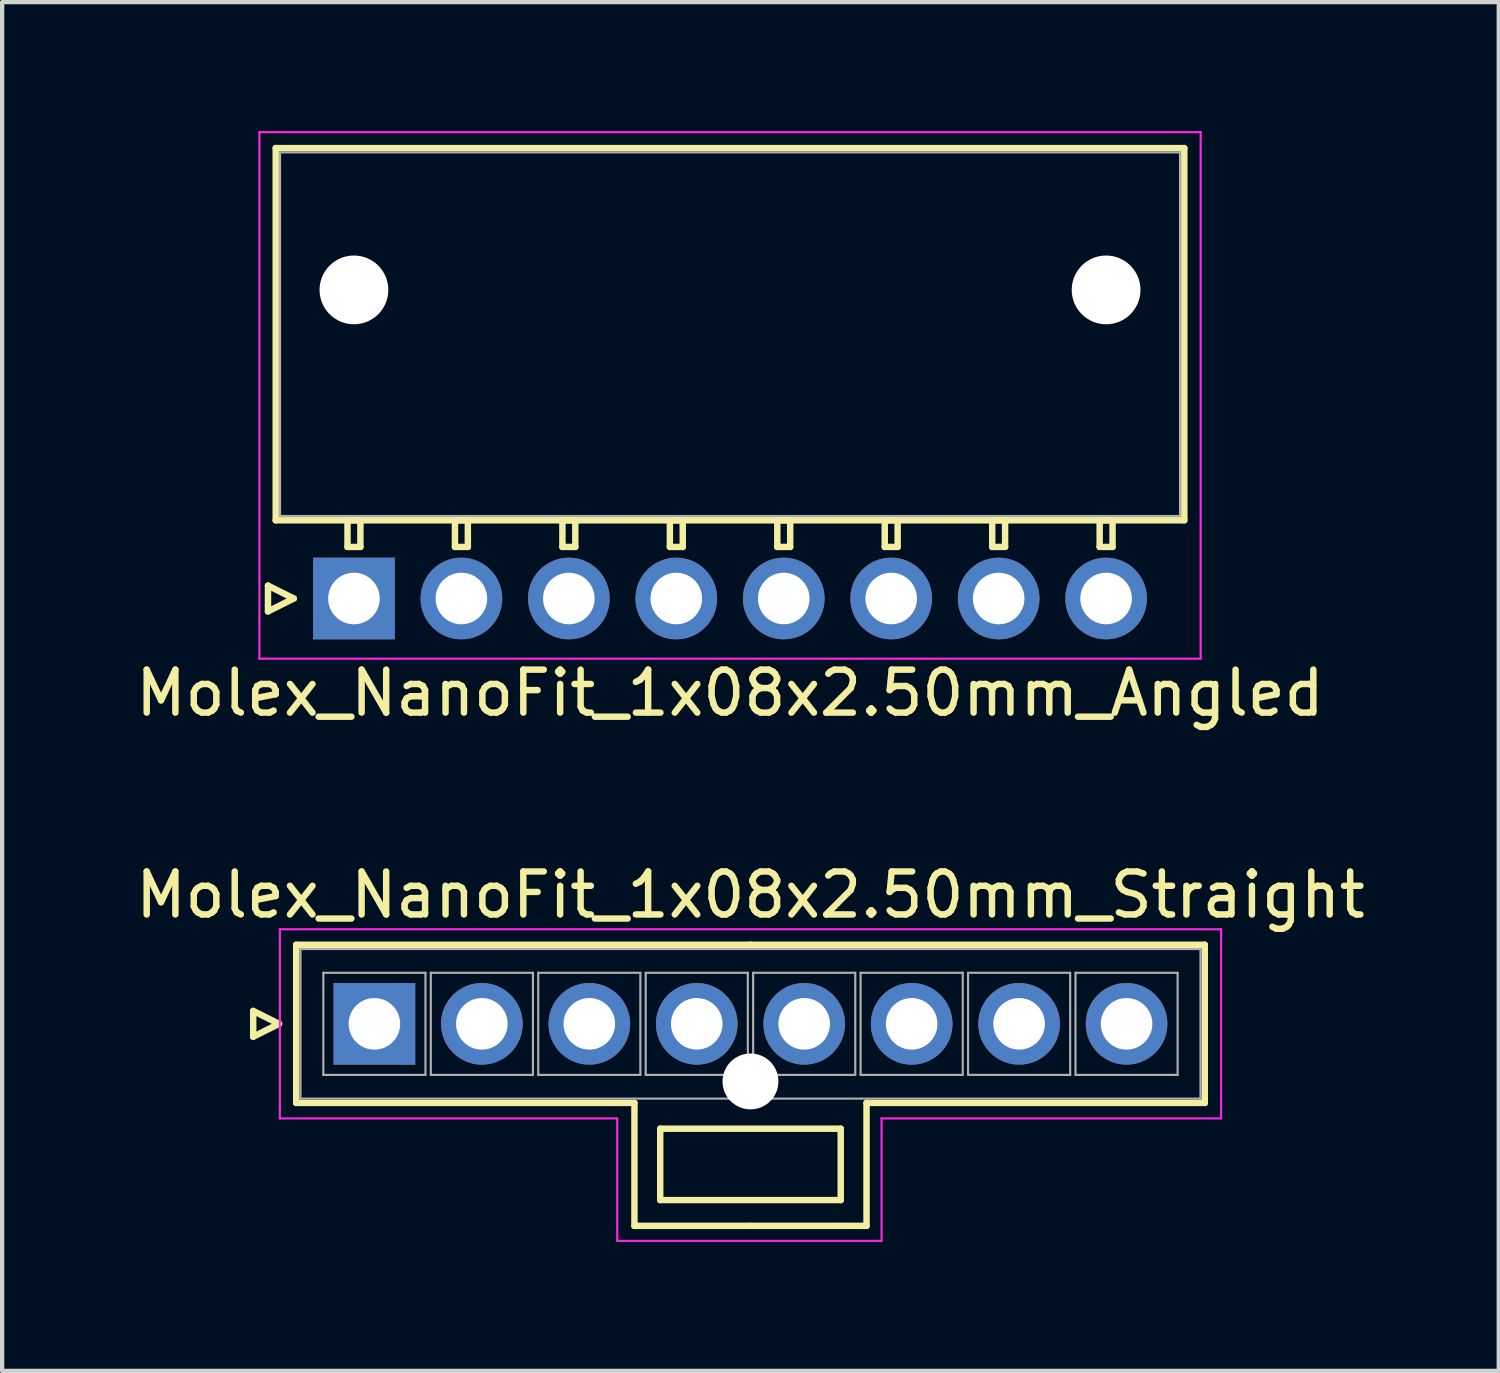
<source format=kicad_pcb>
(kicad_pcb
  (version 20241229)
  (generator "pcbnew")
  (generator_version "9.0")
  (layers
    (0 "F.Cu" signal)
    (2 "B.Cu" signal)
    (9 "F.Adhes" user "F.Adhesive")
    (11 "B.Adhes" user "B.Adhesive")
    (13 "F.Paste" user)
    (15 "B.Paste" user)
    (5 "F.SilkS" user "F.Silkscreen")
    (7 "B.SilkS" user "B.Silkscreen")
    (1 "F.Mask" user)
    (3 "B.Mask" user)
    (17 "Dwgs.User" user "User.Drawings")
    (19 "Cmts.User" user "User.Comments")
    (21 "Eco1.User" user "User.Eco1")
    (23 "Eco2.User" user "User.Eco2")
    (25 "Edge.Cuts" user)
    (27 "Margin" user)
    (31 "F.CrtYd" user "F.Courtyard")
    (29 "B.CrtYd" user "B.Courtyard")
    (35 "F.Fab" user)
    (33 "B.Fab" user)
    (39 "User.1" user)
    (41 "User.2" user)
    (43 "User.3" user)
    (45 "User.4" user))
  (footprint "Molex_NanoFit_1x08x2.50mm_Straight"
    (layer "F.Cu")
    (at 5.661 20.771)
    (property "Reference" "Molex_NanoFit_1x08x2.50mm_Straight" (at 8.75 -3 0) (layer "F.SilkS") (effects (font (size 1 1) (thickness 0.15))))
    (attr through_hole)
    (fp_line (start -2.82 -0.3) (end -2.22 0) (stroke (width 0.15) (type solid)) (layer "F.SilkS"))
    (fp_line (start -2.82 0.3) (end -2.82 -0.3) (stroke (width 0.15) (type solid)) (layer "F.SilkS"))
    (fp_line (start -2.22 0) (end -2.82 0.3) (stroke (width 0.15) (type solid)) (layer "F.SilkS"))
    (fp_line (start -1.82 -1.84) (end -1.82 1.84) (stroke (width 0.15) (type solid)) (layer "F.SilkS"))
    (fp_line (start -1.82 1.84) (end 6.05 1.84) (stroke (width 0.15) (type solid)) (layer "F.SilkS"))
    (fp_line (start 6.05 1.84) (end 6.05 4.7) (stroke (width 0.15) (type solid)) (layer "F.SilkS"))
    (fp_line (start 6.05 4.7) (end 8.75 4.7) (stroke (width 0.15) (type solid)) (layer "F.SilkS"))
    (fp_line (start 6.65 2.44) (end 6.65 4.1) (stroke (width 0.15) (type solid)) (layer "F.SilkS"))
    (fp_line (start 6.65 4.1) (end 10.85 4.1) (stroke (width 0.15) (type solid)) (layer "F.SilkS"))
    (fp_line (start 8.75 -1.84) (end -1.82 -1.84) (stroke (width 0.15) (type solid)) (layer "F.SilkS"))
    (fp_line (start 8.75 -1.84) (end 19.32 -1.84) (stroke (width 0.15) (type solid)) (layer "F.SilkS"))
    (fp_line (start 10.85 2.44) (end 6.65 2.44) (stroke (width 0.15) (type solid)) (layer "F.SilkS"))
    (fp_line (start 10.85 4.1) (end 10.85 2.44) (stroke (width 0.15) (type solid)) (layer "F.SilkS"))
    (fp_line (start 11.45 1.84) (end 11.45 4.7) (stroke (width 0.15) (type solid)) (layer "F.SilkS"))
    (fp_line (start 11.45 4.7) (end 8.75 4.7) (stroke (width 0.15) (type solid)) (layer "F.SilkS"))
    (fp_line (start 19.32 -1.84) (end 19.32 1.84) (stroke (width 0.15) (type solid)) (layer "F.SilkS"))
    (fp_line (start 19.32 1.84) (end 11.45 1.84) (stroke (width 0.15) (type solid)) (layer "F.SilkS"))
    (fp_line (start -2.2 -2.2) (end -2.2 2.2) (stroke (width 0.05) (type solid)) (layer "F.CrtYd"))
    (fp_line (start -2.2 2.2) (end 5.65 2.2) (stroke (width 0.05) (type solid)) (layer "F.CrtYd"))
    (fp_line (start 5.65 2.2) (end 5.65 5.05) (stroke (width 0.05) (type solid)) (layer "F.CrtYd"))
    (fp_line (start 5.65 5.05) (end 11.8 5.05) (stroke (width 0.05) (type solid)) (layer "F.CrtYd"))
    (fp_line (start 11.8 2.2) (end 19.7 2.2) (stroke (width 0.05) (type solid)) (layer "F.CrtYd"))
    (fp_line (start 11.8 5.05) (end 11.8 2.2) (stroke (width 0.05) (type solid)) (layer "F.CrtYd"))
    (fp_line (start 19.7 -2.2) (end -2.2 -2.2) (stroke (width 0.05) (type solid)) (layer "F.CrtYd"))
    (fp_line (start 19.7 2.2) (end 19.7 -2.2) (stroke (width 0.05) (type solid)) (layer "F.CrtYd"))
    (fp_line (start -1.72 -1.74) (end -1.72 1.74) (stroke (width 0.05) (type solid)) (layer "F.Fab"))
    (fp_line (start -1.72 1.74) (end 19.22 1.74) (stroke (width 0.05) (type solid)) (layer "F.Fab"))
    (fp_line (start -1.188 -1.188) (end -1.188 1.188) (stroke (width 0.05) (type solid)) (layer "F.Fab"))
    (fp_line (start -1.188 1.188) (end 1.188 1.188) (stroke (width 0.05) (type solid)) (layer "F.Fab"))
    (fp_line (start 1.188 -1.188) (end -1.188 -1.188) (stroke (width 0.05) (type solid)) (layer "F.Fab"))
    (fp_line (start 1.188 1.188) (end 1.188 -1.188) (stroke (width 0.05) (type solid)) (layer "F.Fab"))
    (fp_line (start 1.312 -1.188) (end 1.312 1.188) (stroke (width 0.05) (type solid)) (layer "F.Fab"))
    (fp_line (start 1.312 1.188) (end 3.688 1.188) (stroke (width 0.05) (type solid)) (layer "F.Fab"))
    (fp_line (start 3.688 -1.188) (end 1.312 -1.188) (stroke (width 0.05) (type solid)) (layer "F.Fab"))
    (fp_line (start 3.688 1.188) (end 3.688 -1.188) (stroke (width 0.05) (type solid)) (layer "F.Fab"))
    (fp_line (start 3.812 -1.188) (end 3.812 1.188) (stroke (width 0.05) (type solid)) (layer "F.Fab"))
    (fp_line (start 3.812 1.188) (end 6.188 1.188) (stroke (width 0.05) (type solid)) (layer "F.Fab"))
    (fp_line (start 6.188 -1.188) (end 3.812 -1.188) (stroke (width 0.05) (type solid)) (layer "F.Fab"))
    (fp_line (start 6.188 1.188) (end 6.188 -1.188) (stroke (width 0.05) (type solid)) (layer "F.Fab"))
    (fp_line (start 6.312 -1.188) (end 6.312 1.188) (stroke (width 0.05) (type solid)) (layer "F.Fab"))
    (fp_line (start 6.312 1.188) (end 8.688 1.188) (stroke (width 0.05) (type solid)) (layer "F.Fab"))
    (fp_line (start 8.688 -1.188) (end 6.312 -1.188) (stroke (width 0.05) (type solid)) (layer "F.Fab"))
    (fp_line (start 8.688 1.188) (end 8.688 -1.188) (stroke (width 0.05) (type solid)) (layer "F.Fab"))
    (fp_line (start 8.812 -1.188) (end 8.812 1.188) (stroke (width 0.05) (type solid)) (layer "F.Fab"))
    (fp_line (start 8.812 1.188) (end 11.188 1.188) (stroke (width 0.05) (type solid)) (layer "F.Fab"))
    (fp_line (start 11.188 -1.188) (end 8.812 -1.188) (stroke (width 0.05) (type solid)) (layer "F.Fab"))
    (fp_line (start 11.188 1.188) (end 11.188 -1.188) (stroke (width 0.05) (type solid)) (layer "F.Fab"))
    (fp_line (start 11.312 -1.188) (end 11.312 1.188) (stroke (width 0.05) (type solid)) (layer "F.Fab"))
    (fp_line (start 11.312 1.188) (end 13.688 1.188) (stroke (width 0.05) (type solid)) (layer "F.Fab"))
    (fp_line (start 13.688 -1.188) (end 11.312 -1.188) (stroke (width 0.05) (type solid)) (layer "F.Fab"))
    (fp_line (start 13.688 1.188) (end 13.688 -1.188) (stroke (width 0.05) (type solid)) (layer "F.Fab"))
    (fp_line (start 13.812 -1.188) (end 13.812 1.188) (stroke (width 0.05) (type solid)) (layer "F.Fab"))
    (fp_line (start 13.812 1.188) (end 16.188 1.188) (stroke (width 0.05) (type solid)) (layer "F.Fab"))
    (fp_line (start 16.188 -1.188) (end 13.812 -1.188) (stroke (width 0.05) (type solid)) (layer "F.Fab"))
    (fp_line (start 16.188 1.188) (end 16.188 -1.188) (stroke (width 0.05) (type solid)) (layer "F.Fab"))
    (fp_line (start 16.312 -1.188) (end 16.312 1.188) (stroke (width 0.05) (type solid)) (layer "F.Fab"))
    (fp_line (start 16.312 1.188) (end 18.688 1.188) (stroke (width 0.05) (type solid)) (layer "F.Fab"))
    (fp_line (start 18.688 -1.188) (end 16.312 -1.188) (stroke (width 0.05) (type solid)) (layer "F.Fab"))
    (fp_line (start 18.688 1.188) (end 18.688 -1.188) (stroke (width 0.05) (type solid)) (layer "F.Fab"))
    (fp_line (start 19.22 -1.74) (end -1.72 -1.74) (stroke (width 0.05) (type solid)) (layer "F.Fab"))
    (fp_line (start 19.22 1.74) (end 19.22 -1.74) (stroke (width 0.05) (type solid)) (layer "F.Fab"))
    (pad "" np_thru_hole circle (at 8.75 1.34) (size 1.3 1.3) (drill 1.3) (layers "*.Cu"))
    (pad "1" thru_hole rect (at 0 0) (size 1.9 1.9) (drill 1.2) (layers "*.Cu" "*.Mask"))
    (pad "2" thru_hole circle (at 2.5 0) (size 1.9 1.9) (drill 1.2) (layers "*.Cu" "*.Mask"))
    (pad "3" thru_hole circle (at 5 0) (size 1.9 1.9) (drill 1.2) (layers "*.Cu" "*.Mask"))
    (pad "4" thru_hole circle (at 7.5 0) (size 1.9 1.9) (drill 1.2) (layers "*.Cu" "*.Mask"))
    (pad "5" thru_hole circle (at 10 0) (size 1.9 1.9) (drill 1.2) (layers "*.Cu" "*.Mask"))
    (pad "6" thru_hole circle (at 12.5 0) (size 1.9 1.9) (drill 1.2) (layers "*.Cu" "*.Mask"))
    (pad "7" thru_hole circle (at 15 0) (size 1.9 1.9) (drill 1.2) (layers "*.Cu" "*.Mask"))
    (pad "8" thru_hole circle (at 17.5 0) (size 1.9 1.9) (drill 1.2) (layers "*.Cu" "*.Mask")))
  (footprint "Molex_NanoFit_1x08x2.50mm_Angled"
    (layer "F.Cu")
    (at 5.185 10.875)
    (property "Reference" "Molex_NanoFit_1x08x2.50mm_Angled" (at 8.75 2.2 0) (layer "F.SilkS") (effects (font (size 1 1) (thickness 0.15))))
    (attr through_hole)
    (fp_line (start -2 -0.3) (end -1.4 0) (stroke (width 0.15) (type solid)) (layer "F.SilkS"))
    (fp_line (start -2 0.3) (end -2 -0.3) (stroke (width 0.15) (type solid)) (layer "F.SilkS"))
    (fp_line (start -1.82 -10.48) (end -1.82 -1.82) (stroke (width 0.15) (type solid)) (layer "F.SilkS"))
    (fp_line (start -1.82 -1.82) (end 19.32 -1.82) (stroke (width 0.15) (type solid)) (layer "F.SilkS"))
    (fp_line (start -1.4 0) (end -2 0.3) (stroke (width 0.15) (type solid)) (layer "F.SilkS"))
    (fp_line (start -0.15 -1.82) (end -0.15 -1.2) (stroke (width 0.15) (type solid)) (layer "F.SilkS"))
    (fp_line (start -0.15 -1.2) (end 0.15 -1.2) (stroke (width 0.15) (type solid)) (layer "F.SilkS"))
    (fp_line (start 0.15 -1.82) (end -0.15 -1.82) (stroke (width 0.15) (type solid)) (layer "F.SilkS"))
    (fp_line (start 0.15 -1.2) (end 0.15 -1.82) (stroke (width 0.15) (type solid)) (layer "F.SilkS"))
    (fp_line (start 2.35 -1.82) (end 2.35 -1.2) (stroke (width 0.15) (type solid)) (layer "F.SilkS"))
    (fp_line (start 2.35 -1.2) (end 2.65 -1.2) (stroke (width 0.15) (type solid)) (layer "F.SilkS"))
    (fp_line (start 2.65 -1.82) (end 2.35 -1.82) (stroke (width 0.15) (type solid)) (layer "F.SilkS"))
    (fp_line (start 2.65 -1.2) (end 2.65 -1.82) (stroke (width 0.15) (type solid)) (layer "F.SilkS"))
    (fp_line (start 4.85 -1.82) (end 4.85 -1.2) (stroke (width 0.15) (type solid)) (layer "F.SilkS"))
    (fp_line (start 4.85 -1.2) (end 5.15 -1.2) (stroke (width 0.15) (type solid)) (layer "F.SilkS"))
    (fp_line (start 5.15 -1.82) (end 4.85 -1.82) (stroke (width 0.15) (type solid)) (layer "F.SilkS"))
    (fp_line (start 5.15 -1.2) (end 5.15 -1.82) (stroke (width 0.15) (type solid)) (layer "F.SilkS"))
    (fp_line (start 7.35 -1.82) (end 7.35 -1.2) (stroke (width 0.15) (type solid)) (layer "F.SilkS"))
    (fp_line (start 7.35 -1.2) (end 7.65 -1.2) (stroke (width 0.15) (type solid)) (layer "F.SilkS"))
    (fp_line (start 7.65 -1.82) (end 7.35 -1.82) (stroke (width 0.15) (type solid)) (layer "F.SilkS"))
    (fp_line (start 7.65 -1.2) (end 7.65 -1.82) (stroke (width 0.15) (type solid)) (layer "F.SilkS"))
    (fp_line (start 9.85 -1.82) (end 9.85 -1.2) (stroke (width 0.15) (type solid)) (layer "F.SilkS"))
    (fp_line (start 9.85 -1.2) (end 10.15 -1.2) (stroke (width 0.15) (type solid)) (layer "F.SilkS"))
    (fp_line (start 10.15 -1.82) (end 9.85 -1.82) (stroke (width 0.15) (type solid)) (layer "F.SilkS"))
    (fp_line (start 10.15 -1.2) (end 10.15 -1.82) (stroke (width 0.15) (type solid)) (layer "F.SilkS"))
    (fp_line (start 12.35 -1.82) (end 12.35 -1.2) (stroke (width 0.15) (type solid)) (layer "F.SilkS"))
    (fp_line (start 12.35 -1.2) (end 12.65 -1.2) (stroke (width 0.15) (type solid)) (layer "F.SilkS"))
    (fp_line (start 12.65 -1.82) (end 12.35 -1.82) (stroke (width 0.15) (type solid)) (layer "F.SilkS"))
    (fp_line (start 12.65 -1.2) (end 12.65 -1.82) (stroke (width 0.15) (type solid)) (layer "F.SilkS"))
    (fp_line (start 14.85 -1.82) (end 14.85 -1.2) (stroke (width 0.15) (type solid)) (layer "F.SilkS"))
    (fp_line (start 14.85 -1.2) (end 15.15 -1.2) (stroke (width 0.15) (type solid)) (layer "F.SilkS"))
    (fp_line (start 15.15 -1.82) (end 14.85 -1.82) (stroke (width 0.15) (type solid)) (layer "F.SilkS"))
    (fp_line (start 15.15 -1.2) (end 15.15 -1.82) (stroke (width 0.15) (type solid)) (layer "F.SilkS"))
    (fp_line (start 17.35 -1.82) (end 17.35 -1.2) (stroke (width 0.15) (type solid)) (layer "F.SilkS"))
    (fp_line (start 17.35 -1.2) (end 17.65 -1.2) (stroke (width 0.15) (type solid)) (layer "F.SilkS"))
    (fp_line (start 17.65 -1.82) (end 17.35 -1.82) (stroke (width 0.15) (type solid)) (layer "F.SilkS"))
    (fp_line (start 17.65 -1.2) (end 17.65 -1.82) (stroke (width 0.15) (type solid)) (layer "F.SilkS"))
    (fp_line (start 19.32 -10.48) (end -1.82 -10.48) (stroke (width 0.15) (type solid)) (layer "F.SilkS"))
    (fp_line (start 19.32 -1.82) (end 19.32 -10.48) (stroke (width 0.15) (type solid)) (layer "F.SilkS"))
    (fp_line (start -2.2 -10.85) (end -2.2 1.4) (stroke (width 0.05) (type solid)) (layer "F.CrtYd"))
    (fp_line (start -2.2 1.4) (end 19.7 1.4) (stroke (width 0.05) (type solid)) (layer "F.CrtYd"))
    (fp_line (start 19.7 -10.85) (end -2.2 -10.85) (stroke (width 0.05) (type solid)) (layer "F.CrtYd"))
    (fp_line (start 19.7 1.4) (end 19.7 -10.85) (stroke (width 0.05) (type solid)) (layer "F.CrtYd"))
    (fp_line (start -1.72 -10.38) (end -1.72 -1.92) (stroke (width 0.05) (type solid)) (layer "F.Fab"))
    (fp_line (start -1.72 -1.92) (end 19.22 -1.92) (stroke (width 0.05) (type solid)) (layer "F.Fab"))
    (fp_line (start 19.22 -10.38) (end -1.72 -10.38) (stroke (width 0.05) (type solid)) (layer "F.Fab"))
    (fp_line (start 19.22 -1.92) (end 19.22 -10.38) (stroke (width 0.05) (type solid)) (layer "F.Fab"))
    (pad "" np_thru_hole circle (at 0 -7.18) (size 1.6 1.6) (drill 1.6) (layers "*.Cu"))
    (pad "" np_thru_hole circle (at 17.5 -7.18) (size 1.6 1.6) (drill 1.6) (layers "*.Cu"))
    (pad "1" thru_hole rect (at 0 0) (size 1.9 1.9) (drill 1.2) (layers "*.Cu" "*.Mask"))
    (pad "2" thru_hole circle (at 2.5 0) (size 1.9 1.9) (drill 1.2) (layers "*.Cu" "*.Mask"))
    (pad "3" thru_hole circle (at 5 0) (size 1.9 1.9) (drill 1.2) (layers "*.Cu" "*.Mask"))
    (pad "4" thru_hole circle (at 7.5 0) (size 1.9 1.9) (drill 1.2) (layers "*.Cu" "*.Mask"))
    (pad "5" thru_hole circle (at 10 0) (size 1.9 1.9) (drill 1.2) (layers "*.Cu" "*.Mask"))
    (pad "6" thru_hole circle (at 12.5 0) (size 1.9 1.9) (drill 1.2) (layers "*.Cu" "*.Mask"))
    (pad "7" thru_hole circle (at 15 0) (size 1.9 1.9) (drill 1.2) (layers "*.Cu" "*.Mask"))
    (pad "8" thru_hole circle (at 17.5 0) (size 1.9 1.9) (drill 1.2) (layers "*.Cu" "*.Mask")))
  (gr_rect
    (start -3 -3)
    (end 31.821 28.846)
    (stroke (width 0.1) (type default))
    (fill no)
    (layer "Edge.Cuts")))
</source>
